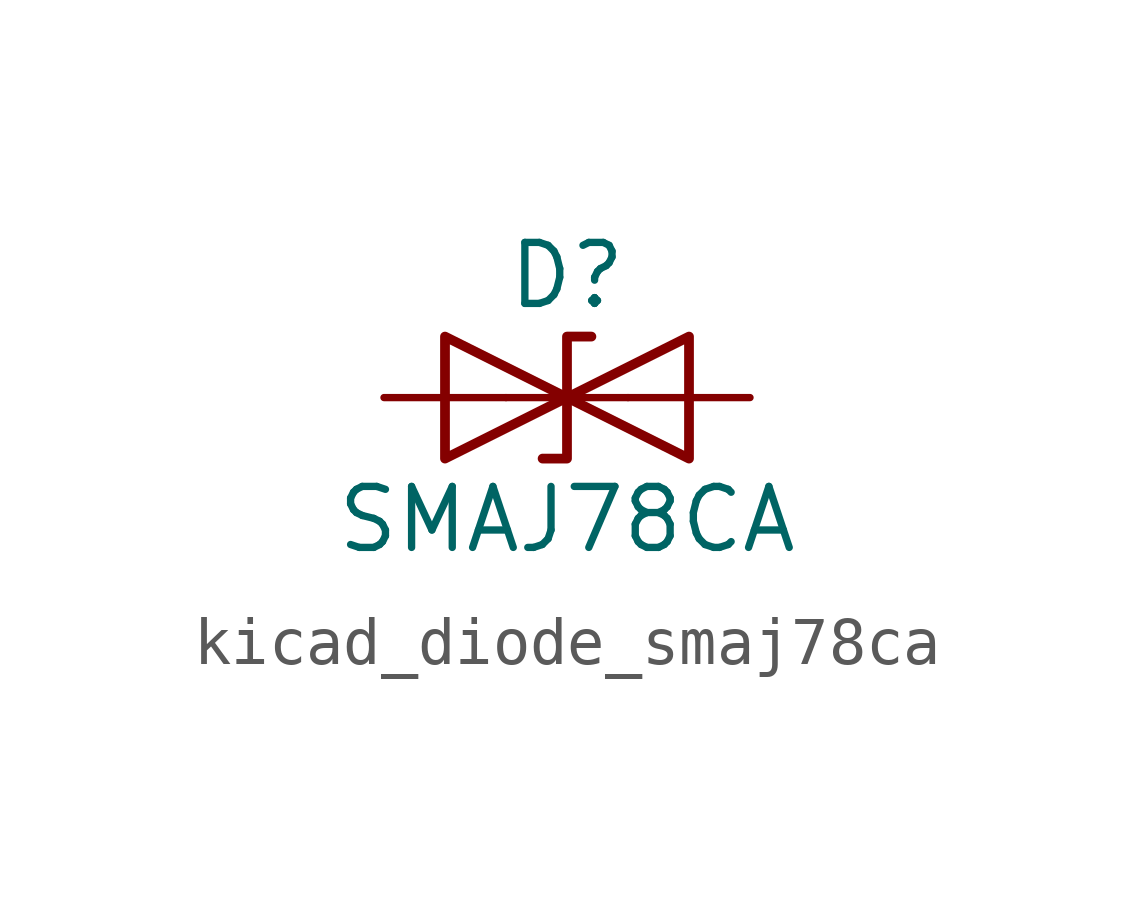
<source format=kicad_sym>
(kicad_symbol_lib
  (version 20220914)
  (generator kicad_symbol_editor)
  (symbol "kicad_diode_smaj78ca"
    (pin_numbers hide)
    (pin_names
      (offset 1.016) hide)
    (property "Reference" "D"
      (at 0 2.54 0)
      (effects (font (size 1.27 1.27))))
    (property "Value" "SMAJ78CA"
      (at 0 -2.54 0)
      (effects (font (size 1.27 1.27))))
    (symbol "kicad_diode_smaj78ca_0_1"
      (polyline (pts (xy 1.27 0) (xy -1.27 0)) (stroke (width 0) (type default)) (fill (type none)))
      (polyline (pts (xy -2.54 -1.27) (xy 0 0) (xy -2.54 1.27) (xy -2.54 -1.27)) (stroke (width 0.203) (type default)) (fill (type none)))
      (polyline (pts (xy 0.508 1.27) (xy 0 1.27) (xy 0 -1.27) (xy -0.508 -1.27)) (stroke (width 0.203) (type default)) (fill (type none)))
      (polyline (pts (xy 2.54 1.27) (xy 2.54 -1.27) (xy 0 0) (xy 2.54 1.27)) (stroke (width 0.203) (type default)) (fill (type none))))
    (symbol "kicad_diode_smaj78ca_1_1"
      (pin passive line (at -3.81 0 0) (length 2.54) (name "A1" (effects (font (size 1.27 1.27)))) (number "1" (effects (font (size 1.27 1.27)))))
      (pin passive line (at 3.81 0 180) (length 2.54) (name "A2" (effects (font (size 1.27 1.27)))) (number "2" (effects (font (size 1.27 1.27))))))))
</source>
